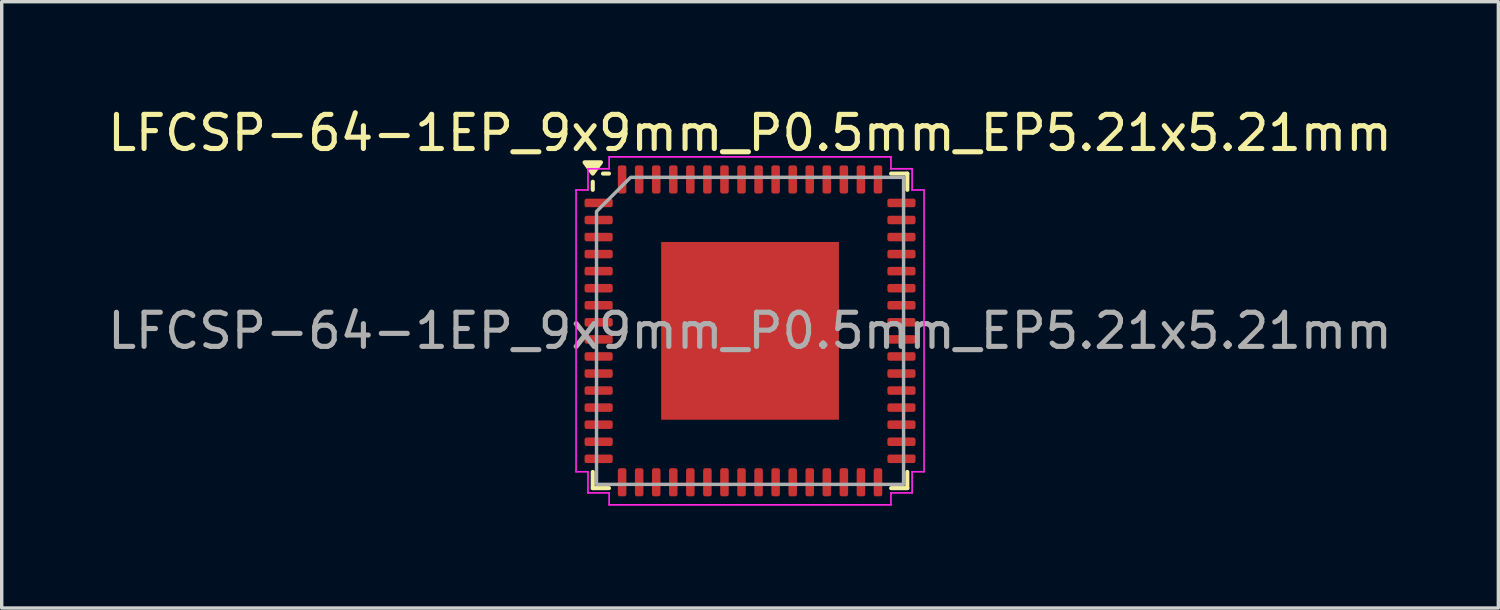
<source format=kicad_pcb>
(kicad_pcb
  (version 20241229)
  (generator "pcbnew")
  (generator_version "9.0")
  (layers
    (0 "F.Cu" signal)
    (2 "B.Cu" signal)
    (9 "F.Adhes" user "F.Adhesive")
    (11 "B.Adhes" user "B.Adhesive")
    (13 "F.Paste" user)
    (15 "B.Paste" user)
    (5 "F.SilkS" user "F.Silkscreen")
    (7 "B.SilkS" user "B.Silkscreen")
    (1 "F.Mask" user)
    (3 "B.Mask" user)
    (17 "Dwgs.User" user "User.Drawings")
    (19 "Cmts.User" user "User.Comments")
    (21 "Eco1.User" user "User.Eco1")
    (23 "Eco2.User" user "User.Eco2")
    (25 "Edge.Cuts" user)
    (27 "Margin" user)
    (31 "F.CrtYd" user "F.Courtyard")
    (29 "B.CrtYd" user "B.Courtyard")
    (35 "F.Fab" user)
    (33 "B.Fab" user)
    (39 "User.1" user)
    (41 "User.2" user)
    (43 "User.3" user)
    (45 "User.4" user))
  (footprint "LFCSP-64-1EP_9x9mm_P0.5mm_EP5.21x5.21mm"
    (layer "F.Cu")
    (at 18.935 6.648)
    (property "Reference" "LFCSP-64-1EP_9x9mm_P0.5mm_EP5.21x5.21mm" (at 0 -5.8 0) (layer "F.SilkS") (effects (font (size 1 1) (thickness 0.15))))
    (attr smd)
    (fp_line (start -4.61 -4.135) (end -4.61 -4.37) (stroke (width 0.12) (type solid)) (layer "F.SilkS"))
    (fp_line (start -4.61 4.61) (end -4.61 4.135) (stroke (width 0.12) (type solid)) (layer "F.SilkS"))
    (fp_line (start -4.135 -4.61) (end -4.31 -4.61) (stroke (width 0.12) (type solid)) (layer "F.SilkS"))
    (fp_line (start -4.135 4.61) (end -4.61 4.61) (stroke (width 0.12) (type solid)) (layer "F.SilkS"))
    (fp_line (start 4.135 -4.61) (end 4.61 -4.61) (stroke (width 0.12) (type solid)) (layer "F.SilkS"))
    (fp_line (start 4.135 4.61) (end 4.61 4.61) (stroke (width 0.12) (type solid)) (layer "F.SilkS"))
    (fp_line (start 4.61 -4.61) (end 4.61 -4.135) (stroke (width 0.12) (type solid)) (layer "F.SilkS"))
    (fp_line (start 4.61 4.61) (end 4.61 4.135) (stroke (width 0.12) (type solid)) (layer "F.SilkS"))
    (fp_poly (pts (xy -4.61 -4.61) (xy -4.85 -4.94) (xy -4.37 -4.94)) (stroke (width 0.12) (type solid)) (fill yes) (layer "F.SilkS"))
    (fp_line (start -5.1 -4.13) (end -4.75 -4.13) (stroke (width 0.05) (type solid)) (layer "F.CrtYd"))
    (fp_line (start -5.1 4.13) (end -5.1 -4.13) (stroke (width 0.05) (type solid)) (layer "F.CrtYd"))
    (fp_line (start -4.75 -4.75) (end -4.13 -4.75) (stroke (width 0.05) (type solid)) (layer "F.CrtYd"))
    (fp_line (start -4.75 -4.13) (end -4.75 -4.75) (stroke (width 0.05) (type solid)) (layer "F.CrtYd"))
    (fp_line (start -4.75 4.13) (end -5.1 4.13) (stroke (width 0.05) (type solid)) (layer "F.CrtYd"))
    (fp_line (start -4.75 4.75) (end -4.75 4.13) (stroke (width 0.05) (type solid)) (layer "F.CrtYd"))
    (fp_line (start -4.13 -5.1) (end 4.13 -5.1) (stroke (width 0.05) (type solid)) (layer "F.CrtYd"))
    (fp_line (start -4.13 -4.75) (end -4.13 -5.1) (stroke (width 0.05) (type solid)) (layer "F.CrtYd"))
    (fp_line (start -4.13 4.75) (end -4.75 4.75) (stroke (width 0.05) (type solid)) (layer "F.CrtYd"))
    (fp_line (start -4.13 5.1) (end -4.13 4.75) (stroke (width 0.05) (type solid)) (layer "F.CrtYd"))
    (fp_line (start 4.13 -5.1) (end 4.13 -4.75) (stroke (width 0.05) (type solid)) (layer "F.CrtYd"))
    (fp_line (start 4.13 -4.75) (end 4.75 -4.75) (stroke (width 0.05) (type solid)) (layer "F.CrtYd"))
    (fp_line (start 4.13 4.75) (end 4.13 5.1) (stroke (width 0.05) (type solid)) (layer "F.CrtYd"))
    (fp_line (start 4.13 5.1) (end -4.13 5.1) (stroke (width 0.05) (type solid)) (layer "F.CrtYd"))
    (fp_line (start 4.75 -4.75) (end 4.75 -4.13) (stroke (width 0.05) (type solid)) (layer "F.CrtYd"))
    (fp_line (start 4.75 -4.13) (end 5.1 -4.13) (stroke (width 0.05) (type solid)) (layer "F.CrtYd"))
    (fp_line (start 4.75 4.13) (end 4.75 4.75) (stroke (width 0.05) (type solid)) (layer "F.CrtYd"))
    (fp_line (start 4.75 4.75) (end 4.13 4.75) (stroke (width 0.05) (type solid)) (layer "F.CrtYd"))
    (fp_line (start 5.1 -4.13) (end 5.1 4.13) (stroke (width 0.05) (type solid)) (layer "F.CrtYd"))
    (fp_line (start 5.1 4.13) (end 4.75 4.13) (stroke (width 0.05) (type solid)) (layer "F.CrtYd"))
    (fp_poly (pts (xy -4.5 -3.5) (xy -4.5 4.5) (xy 4.5 4.5) (xy 4.5 -4.5) (xy -3.5 -4.5)) (stroke (width 0.1) (type solid)) (fill no) (layer "F.Fab"))
    (fp_text user "${REFERENCE}" (at 0 0 0) (layer "F.Fab") (effects (font (size 1 1) (thickness 0.15))))
    (pad "" smd roundrect (at -1.3 -1.3) (size 2.1 2.1) (layers "F.Paste") (roundrect_rratio 0.119))
    (pad "" smd roundrect (at -1.3 1.3) (size 2.1 2.1) (layers "F.Paste") (roundrect_rratio 0.119))
    (pad "" smd roundrect (at 1.3 -1.3) (size 2.1 2.1) (layers "F.Paste") (roundrect_rratio 0.119))
    (pad "" smd roundrect (at 1.3 1.3) (size 2.1 2.1) (layers "F.Paste") (roundrect_rratio 0.119))
    (pad "1" smd roundrect (at -4.438 -3.75) (size 0.825 0.25) (layers "F.Cu" "F.Mask" "F.Paste") (roundrect_rratio 0.25))
    (pad "2" smd roundrect (at -4.438 -3.25) (size 0.825 0.25) (layers "F.Cu" "F.Mask" "F.Paste") (roundrect_rratio 0.25))
    (pad "3" smd roundrect (at -4.438 -2.75) (size 0.825 0.25) (layers "F.Cu" "F.Mask" "F.Paste") (roundrect_rratio 0.25))
    (pad "4" smd roundrect (at -4.438 -2.25) (size 0.825 0.25) (layers "F.Cu" "F.Mask" "F.Paste") (roundrect_rratio 0.25))
    (pad "5" smd roundrect (at -4.438 -1.75) (size 0.825 0.25) (layers "F.Cu" "F.Mask" "F.Paste") (roundrect_rratio 0.25))
    (pad "6" smd roundrect (at -4.438 -1.25) (size 0.825 0.25) (layers "F.Cu" "F.Mask" "F.Paste") (roundrect_rratio 0.25))
    (pad "7" smd roundrect (at -4.438 -0.75) (size 0.825 0.25) (layers "F.Cu" "F.Mask" "F.Paste") (roundrect_rratio 0.25))
    (pad "8" smd roundrect (at -4.438 -0.25) (size 0.825 0.25) (layers "F.Cu" "F.Mask" "F.Paste") (roundrect_rratio 0.25))
    (pad "9" smd roundrect (at -4.438 0.25) (size 0.825 0.25) (layers "F.Cu" "F.Mask" "F.Paste") (roundrect_rratio 0.25))
    (pad "10" smd roundrect (at -4.438 0.75) (size 0.825 0.25) (layers "F.Cu" "F.Mask" "F.Paste") (roundrect_rratio 0.25))
    (pad "11" smd roundrect (at -4.438 1.25) (size 0.825 0.25) (layers "F.Cu" "F.Mask" "F.Paste") (roundrect_rratio 0.25))
    (pad "12" smd roundrect (at -4.438 1.75) (size 0.825 0.25) (layers "F.Cu" "F.Mask" "F.Paste") (roundrect_rratio 0.25))
    (pad "13" smd roundrect (at -4.438 2.25) (size 0.825 0.25) (layers "F.Cu" "F.Mask" "F.Paste") (roundrect_rratio 0.25))
    (pad "14" smd roundrect (at -4.438 2.75) (size 0.825 0.25) (layers "F.Cu" "F.Mask" "F.Paste") (roundrect_rratio 0.25))
    (pad "15" smd roundrect (at -4.438 3.25) (size 0.825 0.25) (layers "F.Cu" "F.Mask" "F.Paste") (roundrect_rratio 0.25))
    (pad "16" smd roundrect (at -4.438 3.75) (size 0.825 0.25) (layers "F.Cu" "F.Mask" "F.Paste") (roundrect_rratio 0.25))
    (pad "17" smd roundrect (at -3.75 4.438) (size 0.25 0.825) (layers "F.Cu" "F.Mask" "F.Paste") (roundrect_rratio 0.25))
    (pad "18" smd roundrect (at -3.25 4.438) (size 0.25 0.825) (layers "F.Cu" "F.Mask" "F.Paste") (roundrect_rratio 0.25))
    (pad "19" smd roundrect (at -2.75 4.438) (size 0.25 0.825) (layers "F.Cu" "F.Mask" "F.Paste") (roundrect_rratio 0.25))
    (pad "20" smd roundrect (at -2.25 4.438) (size 0.25 0.825) (layers "F.Cu" "F.Mask" "F.Paste") (roundrect_rratio 0.25))
    (pad "21" smd roundrect (at -1.75 4.438) (size 0.25 0.825) (layers "F.Cu" "F.Mask" "F.Paste") (roundrect_rratio 0.25))
    (pad "22" smd roundrect (at -1.25 4.438) (size 0.25 0.825) (layers "F.Cu" "F.Mask" "F.Paste") (roundrect_rratio 0.25))
    (pad "23" smd roundrect (at -0.75 4.438) (size 0.25 0.825) (layers "F.Cu" "F.Mask" "F.Paste") (roundrect_rratio 0.25))
    (pad "24" smd roundrect (at -0.25 4.438) (size 0.25 0.825) (layers "F.Cu" "F.Mask" "F.Paste") (roundrect_rratio 0.25))
    (pad "25" smd roundrect (at 0.25 4.438) (size 0.25 0.825) (layers "F.Cu" "F.Mask" "F.Paste") (roundrect_rratio 0.25))
    (pad "26" smd roundrect (at 0.75 4.438) (size 0.25 0.825) (layers "F.Cu" "F.Mask" "F.Paste") (roundrect_rratio 0.25))
    (pad "27" smd roundrect (at 1.25 4.438) (size 0.25 0.825) (layers "F.Cu" "F.Mask" "F.Paste") (roundrect_rratio 0.25))
    (pad "28" smd roundrect (at 1.75 4.438) (size 0.25 0.825) (layers "F.Cu" "F.Mask" "F.Paste") (roundrect_rratio 0.25))
    (pad "29" smd roundrect (at 2.25 4.438) (size 0.25 0.825) (layers "F.Cu" "F.Mask" "F.Paste") (roundrect_rratio 0.25))
    (pad "30" smd roundrect (at 2.75 4.438) (size 0.25 0.825) (layers "F.Cu" "F.Mask" "F.Paste") (roundrect_rratio 0.25))
    (pad "31" smd roundrect (at 3.25 4.438) (size 0.25 0.825) (layers "F.Cu" "F.Mask" "F.Paste") (roundrect_rratio 0.25))
    (pad "32" smd roundrect (at 3.75 4.438) (size 0.25 0.825) (layers "F.Cu" "F.Mask" "F.Paste") (roundrect_rratio 0.25))
    (pad "33" smd roundrect (at 4.438 3.75) (size 0.825 0.25) (layers "F.Cu" "F.Mask" "F.Paste") (roundrect_rratio 0.25))
    (pad "34" smd roundrect (at 4.438 3.25) (size 0.825 0.25) (layers "F.Cu" "F.Mask" "F.Paste") (roundrect_rratio 0.25))
    (pad "35" smd roundrect (at 4.438 2.75) (size 0.825 0.25) (layers "F.Cu" "F.Mask" "F.Paste") (roundrect_rratio 0.25))
    (pad "36" smd roundrect (at 4.438 2.25) (size 0.825 0.25) (layers "F.Cu" "F.Mask" "F.Paste") (roundrect_rratio 0.25))
    (pad "37" smd roundrect (at 4.438 1.75) (size 0.825 0.25) (layers "F.Cu" "F.Mask" "F.Paste") (roundrect_rratio 0.25))
    (pad "38" smd roundrect (at 4.438 1.25) (size 0.825 0.25) (layers "F.Cu" "F.Mask" "F.Paste") (roundrect_rratio 0.25))
    (pad "39" smd roundrect (at 4.438 0.75) (size 0.825 0.25) (layers "F.Cu" "F.Mask" "F.Paste") (roundrect_rratio 0.25))
    (pad "40" smd roundrect (at 4.438 0.25) (size 0.825 0.25) (layers "F.Cu" "F.Mask" "F.Paste") (roundrect_rratio 0.25))
    (pad "41" smd roundrect (at 4.438 -0.25) (size 0.825 0.25) (layers "F.Cu" "F.Mask" "F.Paste") (roundrect_rratio 0.25))
    (pad "42" smd roundrect (at 4.438 -0.75) (size 0.825 0.25) (layers "F.Cu" "F.Mask" "F.Paste") (roundrect_rratio 0.25))
    (pad "43" smd roundrect (at 4.438 -1.25) (size 0.825 0.25) (layers "F.Cu" "F.Mask" "F.Paste") (roundrect_rratio 0.25))
    (pad "44" smd roundrect (at 4.438 -1.75) (size 0.825 0.25) (layers "F.Cu" "F.Mask" "F.Paste") (roundrect_rratio 0.25))
    (pad "45" smd roundrect (at 4.438 -2.25) (size 0.825 0.25) (layers "F.Cu" "F.Mask" "F.Paste") (roundrect_rratio 0.25))
    (pad "46" smd roundrect (at 4.438 -2.75) (size 0.825 0.25) (layers "F.Cu" "F.Mask" "F.Paste") (roundrect_rratio 0.25))
    (pad "47" smd roundrect (at 4.438 -3.25) (size 0.825 0.25) (layers "F.Cu" "F.Mask" "F.Paste") (roundrect_rratio 0.25))
    (pad "48" smd roundrect (at 4.438 -3.75) (size 0.825 0.25) (layers "F.Cu" "F.Mask" "F.Paste") (roundrect_rratio 0.25))
    (pad "49" smd roundrect (at 3.75 -4.438) (size 0.25 0.825) (layers "F.Cu" "F.Mask" "F.Paste") (roundrect_rratio 0.25))
    (pad "50" smd roundrect (at 3.25 -4.438) (size 0.25 0.825) (layers "F.Cu" "F.Mask" "F.Paste") (roundrect_rratio 0.25))
    (pad "51" smd roundrect (at 2.75 -4.438) (size 0.25 0.825) (layers "F.Cu" "F.Mask" "F.Paste") (roundrect_rratio 0.25))
    (pad "52" smd roundrect (at 2.25 -4.438) (size 0.25 0.825) (layers "F.Cu" "F.Mask" "F.Paste") (roundrect_rratio 0.25))
    (pad "53" smd roundrect (at 1.75 -4.438) (size 0.25 0.825) (layers "F.Cu" "F.Mask" "F.Paste") (roundrect_rratio 0.25))
    (pad "54" smd roundrect (at 1.25 -4.438) (size 0.25 0.825) (layers "F.Cu" "F.Mask" "F.Paste") (roundrect_rratio 0.25))
    (pad "55" smd roundrect (at 0.75 -4.438) (size 0.25 0.825) (layers "F.Cu" "F.Mask" "F.Paste") (roundrect_rratio 0.25))
    (pad "56" smd roundrect (at 0.25 -4.438) (size 0.25 0.825) (layers "F.Cu" "F.Mask" "F.Paste") (roundrect_rratio 0.25))
    (pad "57" smd roundrect (at -0.25 -4.438) (size 0.25 0.825) (layers "F.Cu" "F.Mask" "F.Paste") (roundrect_rratio 0.25))
    (pad "58" smd roundrect (at -0.75 -4.438) (size 0.25 0.825) (layers "F.Cu" "F.Mask" "F.Paste") (roundrect_rratio 0.25))
    (pad "59" smd roundrect (at -1.25 -4.438) (size 0.25 0.825) (layers "F.Cu" "F.Mask" "F.Paste") (roundrect_rratio 0.25))
    (pad "60" smd roundrect (at -1.75 -4.438) (size 0.25 0.825) (layers "F.Cu" "F.Mask" "F.Paste") (roundrect_rratio 0.25))
    (pad "61" smd roundrect (at -2.25 -4.438) (size 0.25 0.825) (layers "F.Cu" "F.Mask" "F.Paste") (roundrect_rratio 0.25))
    (pad "62" smd roundrect (at -2.75 -4.438) (size 0.25 0.825) (layers "F.Cu" "F.Mask" "F.Paste") (roundrect_rratio 0.25))
    (pad "63" smd roundrect (at -3.25 -4.438) (size 0.25 0.825) (layers "F.Cu" "F.Mask" "F.Paste") (roundrect_rratio 0.25))
    (pad "64" smd roundrect (at -3.75 -4.438) (size 0.25 0.825) (layers "F.Cu" "F.Mask" "F.Paste") (roundrect_rratio 0.25))
    (pad "65" smd rect (at 0 0) (size 5.21 5.21) (property pad_prop_heatsink) (layers "F.Cu" "F.Mask")))
  (gr_rect
    (start -3 -3)
    (end 40.869 14.773)
    (stroke (width 0.1) (type default))
    (fill no)
    (layer "Edge.Cuts")))
</source>
